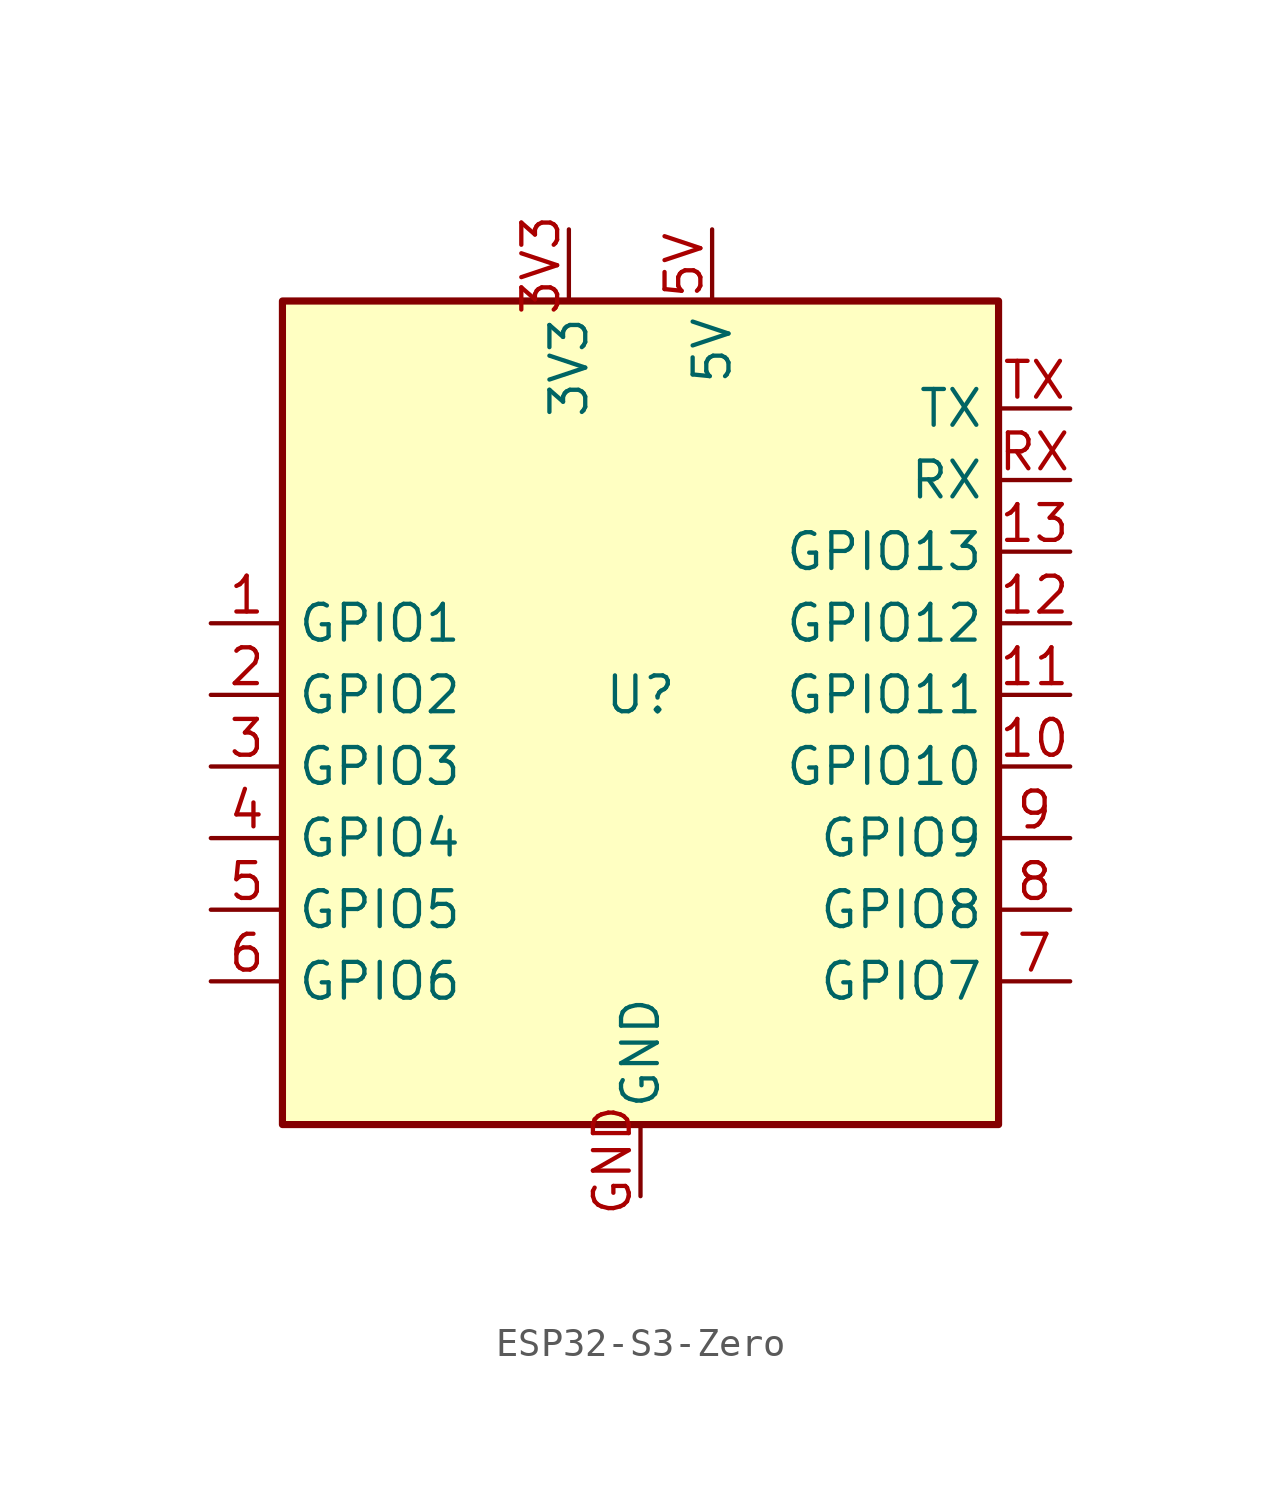
<source format=kicad_sym>
(kicad_symbol_lib
  (version 20231120)
  (generator "kicad_symbol_editor")
  (generator_version "8.0")
  (symbol "ESP32-S3-Zero"
    (property "Reference" "U"
      (at 0 0 0)
      (effects (font (size 1.27 1.27))))
    (property "Value" ""
      (at 0 -2.54 0)
      (effects (font (size 1.27 1.27))))
    (symbol "ESP32-S3-Zero_0_1"
      (rectangle (start -12.7 13.97) (end 12.7 -15.24) (stroke (width 0.254) (type default)) (fill (type background))))
    (symbol "ESP32-S3-Zero_1_1"
      (pin bidirectional line (at -15.24 2.54 0) (length 2.54) (name "GPIO1" (effects (font (size 1.27 1.27)))) (number "1" (effects (font (size 1.27 1.27)))))
      (pin bidirectional line (at 15.24 -2.54 180) (length 2.54) (name "GPIO10" (effects (font (size 1.27 1.27)))) (number "10" (effects (font (size 1.27 1.27)))))
      (pin bidirectional line (at 15.24 0 180) (length 2.54) (name "GPIO11" (effects (font (size 1.27 1.27)))) (number "11" (effects (font (size 1.27 1.27)))))
      (pin bidirectional line (at 15.24 2.54 180) (length 2.54) (name "GPIO12" (effects (font (size 1.27 1.27)))) (number "12" (effects (font (size 1.27 1.27)))))
      (pin bidirectional line (at 15.24 5.08 180) (length 2.54) (name "GPIO13" (effects (font (size 1.27 1.27)))) (number "13" (effects (font (size 1.27 1.27)))))
      (pin bidirectional line (at -15.24 0 0) (length 2.54) (name "GPIO2" (effects (font (size 1.27 1.27)))) (number "2" (effects (font (size 1.27 1.27)))))
      (pin bidirectional line (at -15.24 -2.54 0) (length 2.54) (name "GPIO3" (effects (font (size 1.27 1.27)))) (number "3" (effects (font (size 1.27 1.27)))))
      (pin power_in line (at -2.54 16.51 270) (length 2.54) (name "3V3" (effects (font (size 1.27 1.27)))) (number "3V3" (effects (font (size 1.27 1.27)))))
      (pin bidirectional line (at -15.24 -5.08 0) (length 2.54) (name "GPIO4" (effects (font (size 1.27 1.27)))) (number "4" (effects (font (size 1.27 1.27)))))
      (pin bidirectional line (at -15.24 -7.62 0) (length 2.54) (name "GPIO5" (effects (font (size 1.27 1.27)))) (number "5" (effects (font (size 1.27 1.27)))))
      (pin power_in line (at 2.54 16.51 270) (length 2.54) (name "5V" (effects (font (size 1.27 1.27)))) (number "5V" (effects (font (size 1.27 1.27)))))
      (pin bidirectional line (at -15.24 -10.16 0) (length 2.54) (name "GPIO6" (effects (font (size 1.27 1.27)))) (number "6" (effects (font (size 1.27 1.27)))))
      (pin bidirectional line (at 15.24 -10.16 180) (length 2.54) (name "GPIO7" (effects (font (size 1.27 1.27)))) (number "7" (effects (font (size 1.27 1.27)))))
      (pin bidirectional line (at 15.24 -7.62 180) (length 2.54) (name "GPIO8" (effects (font (size 1.27 1.27)))) (number "8" (effects (font (size 1.27 1.27)))))
      (pin bidirectional line (at 15.24 -5.08 180) (length 2.54) (name "GPIO9" (effects (font (size 1.27 1.27)))) (number "9" (effects (font (size 1.27 1.27)))))
      (pin power_in line (at 0 -17.78 90) (length 2.54) (name "GND" (effects (font (size 1.27 1.27)))) (number "GND" (effects (font (size 1.27 1.27)))))
      (pin bidirectional line (at 15.24 7.62 180) (length 2.54) (name "RX" (effects (font (size 1.27 1.27)))) (number "RX" (effects (font (size 1.27 1.27)))))
      (pin bidirectional line (at 15.24 10.16 180) (length 2.54) (name "TX" (effects (font (size 1.27 1.27)))) (number "TX" (effects (font (size 1.27 1.27))))))))
</source>
